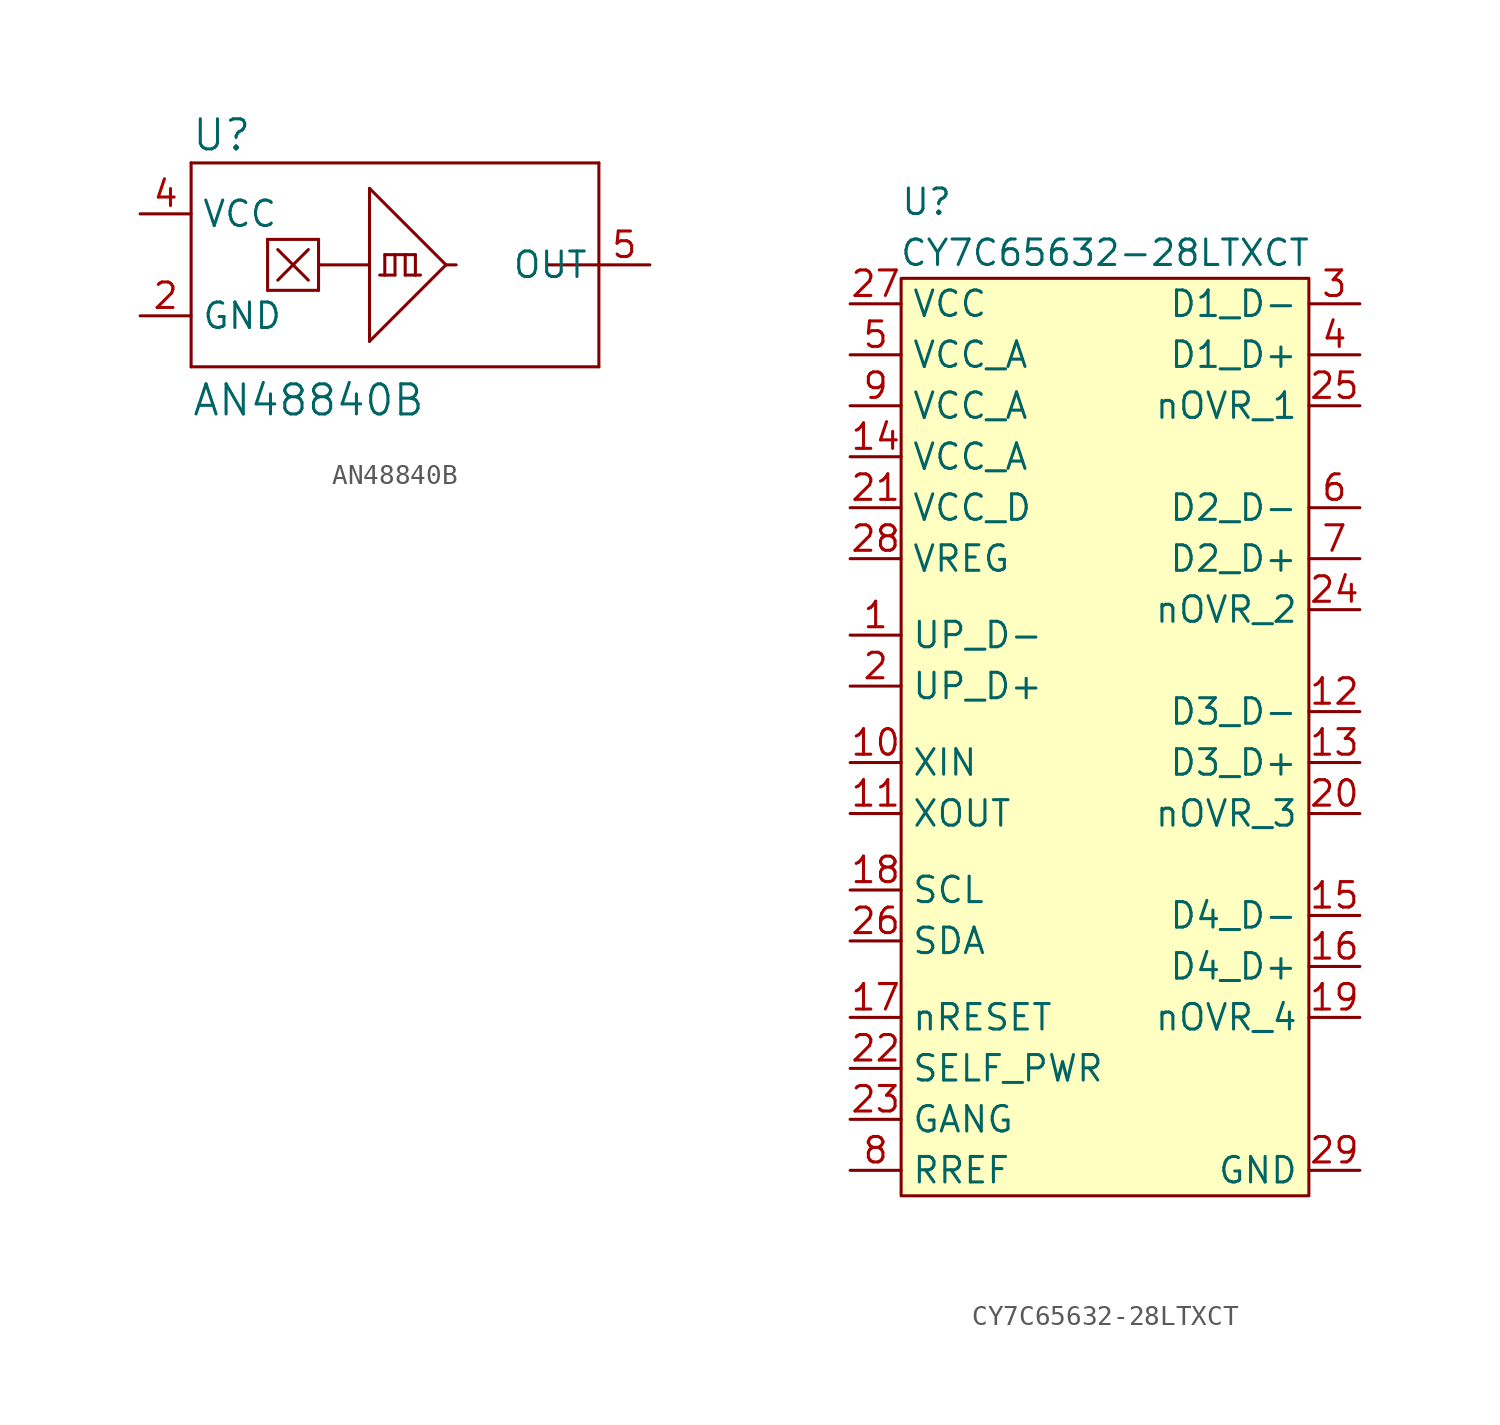
<source format=kicad_sym>
(kicad_symbol_lib
  (version 20211014)
  (generator kicad_symbol_editor)
  (symbol "AN48840B"
    (property "Reference" "U"
      (at -10.16 5.588 0)
      (effects (font (size 1.499 1.499)) (justify left bottom)))
    (property "Value" "AN48840B"
      (at -10.16 -7.62 0)
      (effects (font (size 1.499 1.499)) (justify left bottom)))
    (symbol "AN48840B_1_0"
      (polyline (pts (xy -10.16 -5.08) (xy -10.16 5.08)) (stroke (width 0) (type default) (color 0 0 0 0)) (fill (type none)))
      (polyline (pts (xy -10.16 5.08) (xy 10.16 5.08)) (stroke (width 0) (type default) (color 0 0 0 0)) (fill (type none)))
      (polyline (pts (xy -6.35 -1.27) (xy -6.35 1.27)) (stroke (width 0) (type default) (color 0 0 0 0)) (fill (type none)))
      (polyline (pts (xy -6.35 1.27) (xy -3.81 1.27)) (stroke (width 0) (type default) (color 0 0 0 0)) (fill (type none)))
      (polyline (pts (xy -4.318 -0.762) (xy -5.842 0.762)) (stroke (width 0) (type default) (color 0 0 0 0)) (fill (type none)))
      (polyline (pts (xy -4.318 0.762) (xy -5.842 -0.762)) (stroke (width 0) (type default) (color 0 0 0 0)) (fill (type none)))
      (polyline (pts (xy -3.81 -1.27) (xy -6.35 -1.27)) (stroke (width 0) (type default) (color 0 0 0 0)) (fill (type none)))
      (polyline (pts (xy -3.81 0) (xy -3.81 -1.27)) (stroke (width 0) (type default) (color 0 0 0 0)) (fill (type none)))
      (polyline (pts (xy -3.81 0) (xy -1.27 0)) (stroke (width 0) (type default) (color 0 0 0 0)) (fill (type none)))
      (polyline (pts (xy -3.81 1.27) (xy -3.81 0)) (stroke (width 0) (type default) (color 0 0 0 0)) (fill (type none)))
      (polyline (pts (xy -1.27 -3.81) (xy 2.54 0)) (stroke (width 0) (type default) (color 0 0 0 0)) (fill (type none)))
      (polyline (pts (xy -1.27 3.81) (xy -1.27 -3.81)) (stroke (width 0) (type default) (color 0 0 0 0)) (fill (type none)))
      (polyline (pts (xy -0.762 -0.508) (xy -0.508 -0.508)) (stroke (width 0) (type default) (color 0 0 0 0)) (fill (type none)))
      (polyline (pts (xy -0.508 -0.508) (xy -0.508 0.508)) (stroke (width 0) (type default) (color 0 0 0 0)) (fill (type none)))
      (polyline (pts (xy -0.508 0.508) (xy 0 0.508)) (stroke (width 0) (type default) (color 0 0 0 0)) (fill (type none)))
      (polyline (pts (xy 0 -0.508) (xy -0.508 -0.508)) (stroke (width 0) (type default) (color 0 0 0 0)) (fill (type none)))
      (polyline (pts (xy 0 0.508) (xy 0 -0.508)) (stroke (width 0) (type default) (color 0 0 0 0)) (fill (type none)))
      (polyline (pts (xy 0 0.508) (xy 0.508 0.508)) (stroke (width 0) (type default) (color 0 0 0 0)) (fill (type none)))
      (polyline (pts (xy 0.508 -0.508) (xy 1.016 -0.508)) (stroke (width 0) (type default) (color 0 0 0 0)) (fill (type none)))
      (polyline (pts (xy 0.508 0.508) (xy 0.508 -0.508)) (stroke (width 0) (type default) (color 0 0 0 0)) (fill (type none)))
      (polyline (pts (xy 0.508 0.508) (xy 1.016 0.508)) (stroke (width 0) (type default) (color 0 0 0 0)) (fill (type none)))
      (polyline (pts (xy 1.016 -0.508) (xy 1.27 -0.508)) (stroke (width 0) (type default) (color 0 0 0 0)) (fill (type none)))
      (polyline (pts (xy 1.016 0.508) (xy 1.016 -0.508)) (stroke (width 0) (type default) (color 0 0 0 0)) (fill (type none)))
      (polyline (pts (xy 2.54 0) (xy -1.27 3.81)) (stroke (width 0) (type default) (color 0 0 0 0)) (fill (type none)))
      (polyline (pts (xy 2.54 0) (xy 3.048 0)) (stroke (width 0) (type default) (color 0 0 0 0)) (fill (type none)))
      (polyline (pts (xy 10.16 -5.08) (xy -10.16 -5.08)) (stroke (width 0) (type default) (color 0 0 0 0)) (fill (type none)))
      (polyline (pts (xy 10.16 0) (xy 7.62 0)) (stroke (width 0) (type default) (color 0 0 0 0)) (fill (type none)))
      (polyline (pts (xy 10.16 0) (xy 10.16 -5.08)) (stroke (width 0) (type default) (color 0 0 0 0)) (fill (type none)))
      (polyline (pts (xy 10.16 5.08) (xy 10.16 0)) (stroke (width 0) (type default) (color 0 0 0 0)) (fill (type none)))
      (pin power_out line (at -12.7 -2.54 0) (length 2.54) (name "GND" (effects (font (size 1.27 1.27)))) (number "2" (effects (font (size 1.27 1.27)))))
      (pin power_in line (at -12.7 2.54 0) (length 2.54) (name "VCC" (effects (font (size 1.27 1.27)))) (number "4" (effects (font (size 1.27 1.27)))))
      (pin output line (at 12.7 0 180) (length 2.54) (name "OUT" (effects (font (size 1.27 1.27)))) (number "5" (effects (font (size 1.27 1.27)))))))
  (symbol "CY7C65632-28LTXCT"
    (property "Reference" "U"
      (at 1.27 1.27 0)
      (effects (font (size 1.27 1.27))))
    (property "Value" "CY7C65632-28LTXCT"
      (at 10.16 -1.27 0)
      (effects (font (size 1.27 1.27))))
    (symbol "CY7C65632-28LTXCT_0_1"
      (rectangle (start 0 -2.54) (end 20.32 -48.26) (stroke (width 0) (type default) (color 0 0 0 0)) (fill (type background))))
    (symbol "CY7C65632-28LTXCT_1_1"
      (pin bidirectional line (at -2.54 -20.32 0) (length 2.54) (name "UP_D-" (effects (font (size 1.27 1.27)))) (number "1" (effects (font (size 1.27 1.27)))))
      (pin bidirectional line (at -2.54 -26.67 0) (length 2.54) (name "XIN" (effects (font (size 1.27 1.27)))) (number "10" (effects (font (size 1.27 1.27)))))
      (pin bidirectional line (at -2.54 -29.21 0) (length 2.54) (name "XOUT" (effects (font (size 1.27 1.27)))) (number "11" (effects (font (size 1.27 1.27)))))
      (pin bidirectional line (at 22.86 -24.13 180) (length 2.54) (name "D3_D-" (effects (font (size 1.27 1.27)))) (number "12" (effects (font (size 1.27 1.27)))))
      (pin bidirectional line (at 22.86 -26.67 180) (length 2.54) (name "D3_D+" (effects (font (size 1.27 1.27)))) (number "13" (effects (font (size 1.27 1.27)))))
      (pin power_in line (at -2.54 -11.43 0) (length 2.54) (name "VCC_A" (effects (font (size 1.27 1.27)))) (number "14" (effects (font (size 1.27 1.27)))))
      (pin bidirectional line (at 22.86 -34.29 180) (length 2.54) (name "D4_D-" (effects (font (size 1.27 1.27)))) (number "15" (effects (font (size 1.27 1.27)))))
      (pin bidirectional line (at 22.86 -36.83 180) (length 2.54) (name "D4_D+" (effects (font (size 1.27 1.27)))) (number "16" (effects (font (size 1.27 1.27)))))
      (pin bidirectional line (at -2.54 -39.37 0) (length 2.54) (name "nRESET" (effects (font (size 1.27 1.27)))) (number "17" (effects (font (size 1.27 1.27)))))
      (pin bidirectional line (at -2.54 -33.02 0) (length 2.54) (name "SCL" (effects (font (size 1.27 1.27)))) (number "18" (effects (font (size 1.27 1.27)))))
      (pin bidirectional line (at 22.86 -39.37 180) (length 2.54) (name "nOVR_4" (effects (font (size 1.27 1.27)))) (number "19" (effects (font (size 1.27 1.27)))))
      (pin bidirectional line (at -2.54 -22.86 0) (length 2.54) (name "UP_D+" (effects (font (size 1.27 1.27)))) (number "2" (effects (font (size 1.27 1.27)))))
      (pin bidirectional line (at 22.86 -29.21 180) (length 2.54) (name "nOVR_3" (effects (font (size 1.27 1.27)))) (number "20" (effects (font (size 1.27 1.27)))))
      (pin power_in line (at -2.54 -13.97 0) (length 2.54) (name "VCC_D" (effects (font (size 1.27 1.27)))) (number "21" (effects (font (size 1.27 1.27)))))
      (pin bidirectional line (at -2.54 -41.91 0) (length 2.54) (name "SELF_PWR" (effects (font (size 1.27 1.27)))) (number "22" (effects (font (size 1.27 1.27)))))
      (pin bidirectional line (at -2.54 -44.45 0) (length 2.54) (name "GANG" (effects (font (size 1.27 1.27)))) (number "23" (effects (font (size 1.27 1.27)))))
      (pin bidirectional line (at 22.86 -19.05 180) (length 2.54) (name "nOVR_2" (effects (font (size 1.27 1.27)))) (number "24" (effects (font (size 1.27 1.27)))))
      (pin bidirectional line (at 22.86 -8.89 180) (length 2.54) (name "nOVR_1" (effects (font (size 1.27 1.27)))) (number "25" (effects (font (size 1.27 1.27)))))
      (pin bidirectional line (at -2.54 -35.56 0) (length 2.54) (name "SDA" (effects (font (size 1.27 1.27)))) (number "26" (effects (font (size 1.27 1.27)))))
      (pin power_in line (at -2.54 -3.81 0) (length 2.54) (name "VCC" (effects (font (size 1.27 1.27)))) (number "27" (effects (font (size 1.27 1.27)))))
      (pin power_out line (at -2.54 -16.51 0) (length 2.54) (name "VREG" (effects (font (size 1.27 1.27)))) (number "28" (effects (font (size 1.27 1.27)))))
      (pin power_out line (at 22.86 -46.99 180) (length 2.54) (name "GND" (effects (font (size 1.27 1.27)))) (number "29" (effects (font (size 1.27 1.27)))))
      (pin bidirectional line (at 22.86 -3.81 180) (length 2.54) (name "D1_D-" (effects (font (size 1.27 1.27)))) (number "3" (effects (font (size 1.27 1.27)))))
      (pin bidirectional line (at 22.86 -6.35 180) (length 2.54) (name "D1_D+" (effects (font (size 1.27 1.27)))) (number "4" (effects (font (size 1.27 1.27)))))
      (pin power_in line (at -2.54 -6.35 0) (length 2.54) (name "VCC_A" (effects (font (size 1.27 1.27)))) (number "5" (effects (font (size 1.27 1.27)))))
      (pin bidirectional line (at 22.86 -13.97 180) (length 2.54) (name "D2_D-" (effects (font (size 1.27 1.27)))) (number "6" (effects (font (size 1.27 1.27)))))
      (pin bidirectional line (at 22.86 -16.51 180) (length 2.54) (name "D2_D+" (effects (font (size 1.27 1.27)))) (number "7" (effects (font (size 1.27 1.27)))))
      (pin bidirectional line (at -2.54 -46.99 0) (length 2.54) (name "RREF" (effects (font (size 1.27 1.27)))) (number "8" (effects (font (size 1.27 1.27)))))
      (pin power_in line (at -2.54 -8.89 0) (length 2.54) (name "VCC_A" (effects (font (size 1.27 1.27)))) (number "9" (effects (font (size 1.27 1.27))))))))
</source>
